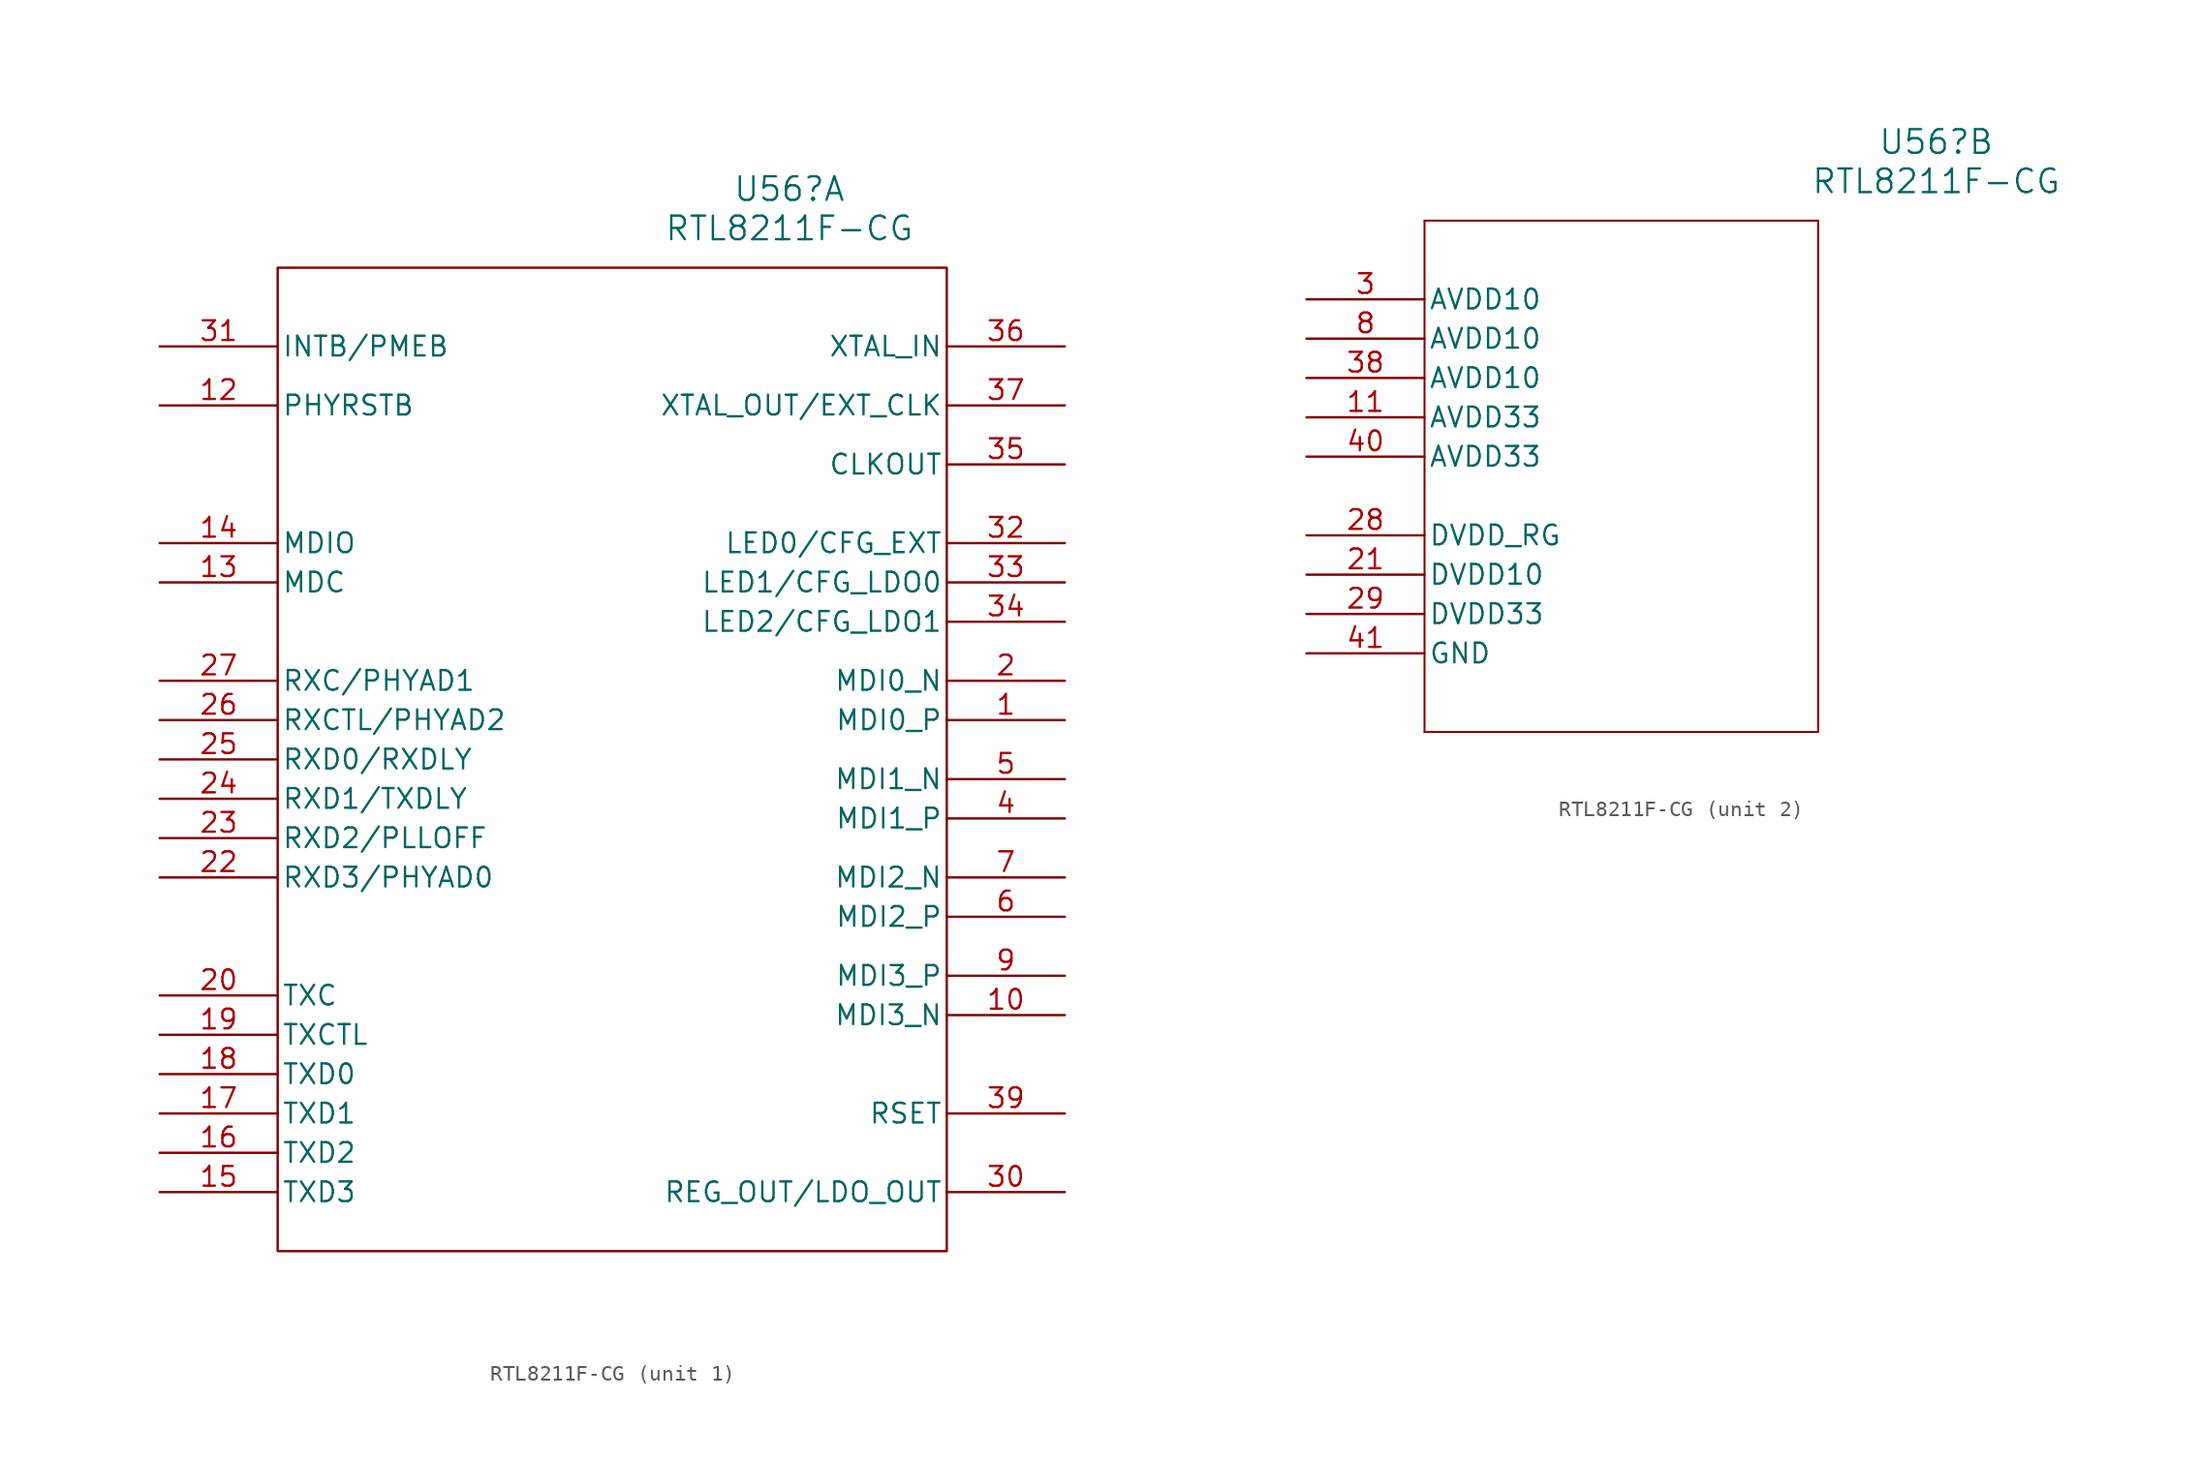
<source format=kicad_sym>
(kicad_symbol_lib
  (version 20231120)
  (generator "kicad_symbol_editor")
  (generator_version "8.0")
  (symbol "RTL8211F-CG"
    (pin_names
      (offset 0.254))
    (property "Reference" "U56"
      (at 40.64 10.16 0)
      (effects (font (size 1.524 1.524))))
    (property "Value" "RTL8211F-CG"
      (at 40.64 7.62 0)
      (effects (font (size 1.524 1.524))))
    (property "ki_locked" ""
      (at 0 0 0)
      (effects (font (size 1.27 1.27))))
    (symbol "RTL8211F-CG_1_1"
      (rectangle (start 7.62 5.08) (end 50.8 -58.42) (stroke (width 0) (type default)) (fill (type none)))
      (pin bidirectional line (at 58.42 -24.13 180) (length 7.62) (name "MDI0_P" (effects (font (size 1.27 1.27)))) (number "1" (effects (font (size 1.27 1.27)))))
      (pin bidirectional line (at 58.42 -43.18 180) (length 7.62) (name "MDI3_N" (effects (font (size 1.27 1.27)))) (number "10" (effects (font (size 1.27 1.27)))))
      (pin input line (at 0 -3.81 0) (length 7.62) (name "PHYRSTB" (effects (font (size 1.27 1.27)))) (number "12" (effects (font (size 1.27 1.27)))))
      (pin input line (at 0 -15.24 0) (length 7.62) (name "MDC" (effects (font (size 1.27 1.27)))) (number "13" (effects (font (size 1.27 1.27)))))
      (pin bidirectional line (at 0 -12.7 0) (length 7.62) (name "MDIO" (effects (font (size 1.27 1.27)))) (number "14" (effects (font (size 1.27 1.27)))))
      (pin input line (at 0 -54.61 0) (length 7.62) (name "TXD3" (effects (font (size 1.27 1.27)))) (number "15" (effects (font (size 1.27 1.27)))))
      (pin input line (at 0 -52.07 0) (length 7.62) (name "TXD2" (effects (font (size 1.27 1.27)))) (number "16" (effects (font (size 1.27 1.27)))))
      (pin input line (at 0 -49.53 0) (length 7.62) (name "TXD1" (effects (font (size 1.27 1.27)))) (number "17" (effects (font (size 1.27 1.27)))))
      (pin input line (at 0 -46.99 0) (length 7.62) (name "TXD0" (effects (font (size 1.27 1.27)))) (number "18" (effects (font (size 1.27 1.27)))))
      (pin input line (at 0 -44.45 0) (length 7.62) (name "TXCTL" (effects (font (size 1.27 1.27)))) (number "19" (effects (font (size 1.27 1.27)))))
      (pin bidirectional line (at 58.42 -21.59 180) (length 7.62) (name "MDI0_N" (effects (font (size 1.27 1.27)))) (number "2" (effects (font (size 1.27 1.27)))))
      (pin input line (at 0 -41.91 0) (length 7.62) (name "TXC" (effects (font (size 1.27 1.27)))) (number "20" (effects (font (size 1.27 1.27)))))
      (pin output line (at 0 -34.29 0) (length 7.62) (name "RXD3/PHYAD0" (effects (font (size 1.27 1.27)))) (number "22" (effects (font (size 1.27 1.27)))))
      (pin output line (at 0 -31.75 0) (length 7.62) (name "RXD2/PLLOFF" (effects (font (size 1.27 1.27)))) (number "23" (effects (font (size 1.27 1.27)))))
      (pin output line (at 0 -29.21 0) (length 7.62) (name "RXD1/TXDLY" (effects (font (size 1.27 1.27)))) (number "24" (effects (font (size 1.27 1.27)))))
      (pin output line (at 0 -26.67 0) (length 7.62) (name "RXD0/RXDLY" (effects (font (size 1.27 1.27)))) (number "25" (effects (font (size 1.27 1.27)))))
      (pin output line (at 0 -24.13 0) (length 7.62) (name "RXCTL/PHYAD2" (effects (font (size 1.27 1.27)))) (number "26" (effects (font (size 1.27 1.27)))))
      (pin output line (at 0 -21.59 0) (length 7.62) (name "RXC/PHYAD1" (effects (font (size 1.27 1.27)))) (number "27" (effects (font (size 1.27 1.27)))))
      (pin output line (at 58.42 -54.61 180) (length 7.62) (name "REG_OUT/LDO_OUT" (effects (font (size 1.27 1.27)))) (number "30" (effects (font (size 1.27 1.27)))))
      (pin output line (at 0 0 0) (length 7.62) (name "INTB/PMEB" (effects (font (size 1.27 1.27)))) (number "31" (effects (font (size 1.27 1.27)))))
      (pin output line (at 58.42 -12.7 180) (length 7.62) (name "LED0/CFG_EXT" (effects (font (size 1.27 1.27)))) (number "32" (effects (font (size 1.27 1.27)))))
      (pin output line (at 58.42 -15.24 180) (length 7.62) (name "LED1/CFG_LDO0" (effects (font (size 1.27 1.27)))) (number "33" (effects (font (size 1.27 1.27)))))
      (pin output line (at 58.42 -17.78 180) (length 7.62) (name "LED2/CFG_LDO1" (effects (font (size 1.27 1.27)))) (number "34" (effects (font (size 1.27 1.27)))))
      (pin output line (at 58.42 -7.62 180) (length 7.62) (name "CLKOUT" (effects (font (size 1.27 1.27)))) (number "35" (effects (font (size 1.27 1.27)))))
      (pin input line (at 58.42 0 180) (length 7.62) (name "XTAL_IN" (effects (font (size 1.27 1.27)))) (number "36" (effects (font (size 1.27 1.27)))))
      (pin output line (at 58.42 -3.81 180) (length 7.62) (name "XTAL_OUT/EXT_CLK" (effects (font (size 1.27 1.27)))) (number "37" (effects (font (size 1.27 1.27)))))
      (pin output line (at 58.42 -49.53 180) (length 7.62) (name "RSET" (effects (font (size 1.27 1.27)))) (number "39" (effects (font (size 1.27 1.27)))))
      (pin bidirectional line (at 58.42 -30.48 180) (length 7.62) (name "MDI1_P" (effects (font (size 1.27 1.27)))) (number "4" (effects (font (size 1.27 1.27)))))
      (pin bidirectional line (at 58.42 -27.94 180) (length 7.62) (name "MDI1_N" (effects (font (size 1.27 1.27)))) (number "5" (effects (font (size 1.27 1.27)))))
      (pin bidirectional line (at 58.42 -36.83 180) (length 7.62) (name "MDI2_P" (effects (font (size 1.27 1.27)))) (number "6" (effects (font (size 1.27 1.27)))))
      (pin bidirectional line (at 58.42 -34.29 180) (length 7.62) (name "MDI2_N" (effects (font (size 1.27 1.27)))) (number "7" (effects (font (size 1.27 1.27)))))
      (pin bidirectional line (at 58.42 -40.64 180) (length 7.62) (name "MDI3_P" (effects (font (size 1.27 1.27)))) (number "9" (effects (font (size 1.27 1.27))))))
    (symbol "RTL8211F-CG_2_1"
      (polyline (pts (xy 7.62 -27.94) (xy 33.02 -27.94)) (stroke (width 0.127) (type default)) (fill (type none)))
      (polyline (pts (xy 7.62 5.08) (xy 7.62 -27.94)) (stroke (width 0.127) (type default)) (fill (type none)))
      (polyline (pts (xy 33.02 -27.94) (xy 33.02 5.08)) (stroke (width 0.127) (type default)) (fill (type none)))
      (polyline (pts (xy 33.02 5.08) (xy 7.62 5.08)) (stroke (width 0.127) (type default)) (fill (type none)))
      (pin power_in line (at 0 -7.62 0) (length 7.62) (name "AVDD33" (effects (font (size 1.27 1.27)))) (number "11" (effects (font (size 1.27 1.27)))))
      (pin power_in line (at 0 -17.78 0) (length 7.62) (name "DVDD10" (effects (font (size 1.27 1.27)))) (number "21" (effects (font (size 1.27 1.27)))))
      (pin power_in line (at 0 -15.24 0) (length 7.62) (name "DVDD_RG" (effects (font (size 1.27 1.27)))) (number "28" (effects (font (size 1.27 1.27)))))
      (pin power_in line (at 0 -20.32 0) (length 7.62) (name "DVDD33" (effects (font (size 1.27 1.27)))) (number "29" (effects (font (size 1.27 1.27)))))
      (pin power_in line (at 0 0 0) (length 7.62) (name "AVDD10" (effects (font (size 1.27 1.27)))) (number "3" (effects (font (size 1.27 1.27)))))
      (pin power_in line (at 0 -5.08 0) (length 7.62) (name "AVDD10" (effects (font (size 1.27 1.27)))) (number "38" (effects (font (size 1.27 1.27)))))
      (pin power_in line (at 0 -10.16 0) (length 7.62) (name "AVDD33" (effects (font (size 1.27 1.27)))) (number "40" (effects (font (size 1.27 1.27)))))
      (pin power_out line (at 0 -22.86 0) (length 7.62) (name "GND" (effects (font (size 1.27 1.27)))) (number "41" (effects (font (size 1.27 1.27)))))
      (pin power_in line (at 0 -2.54 0) (length 7.62) (name "AVDD10" (effects (font (size 1.27 1.27)))) (number "8" (effects (font (size 1.27 1.27))))))))
</source>
